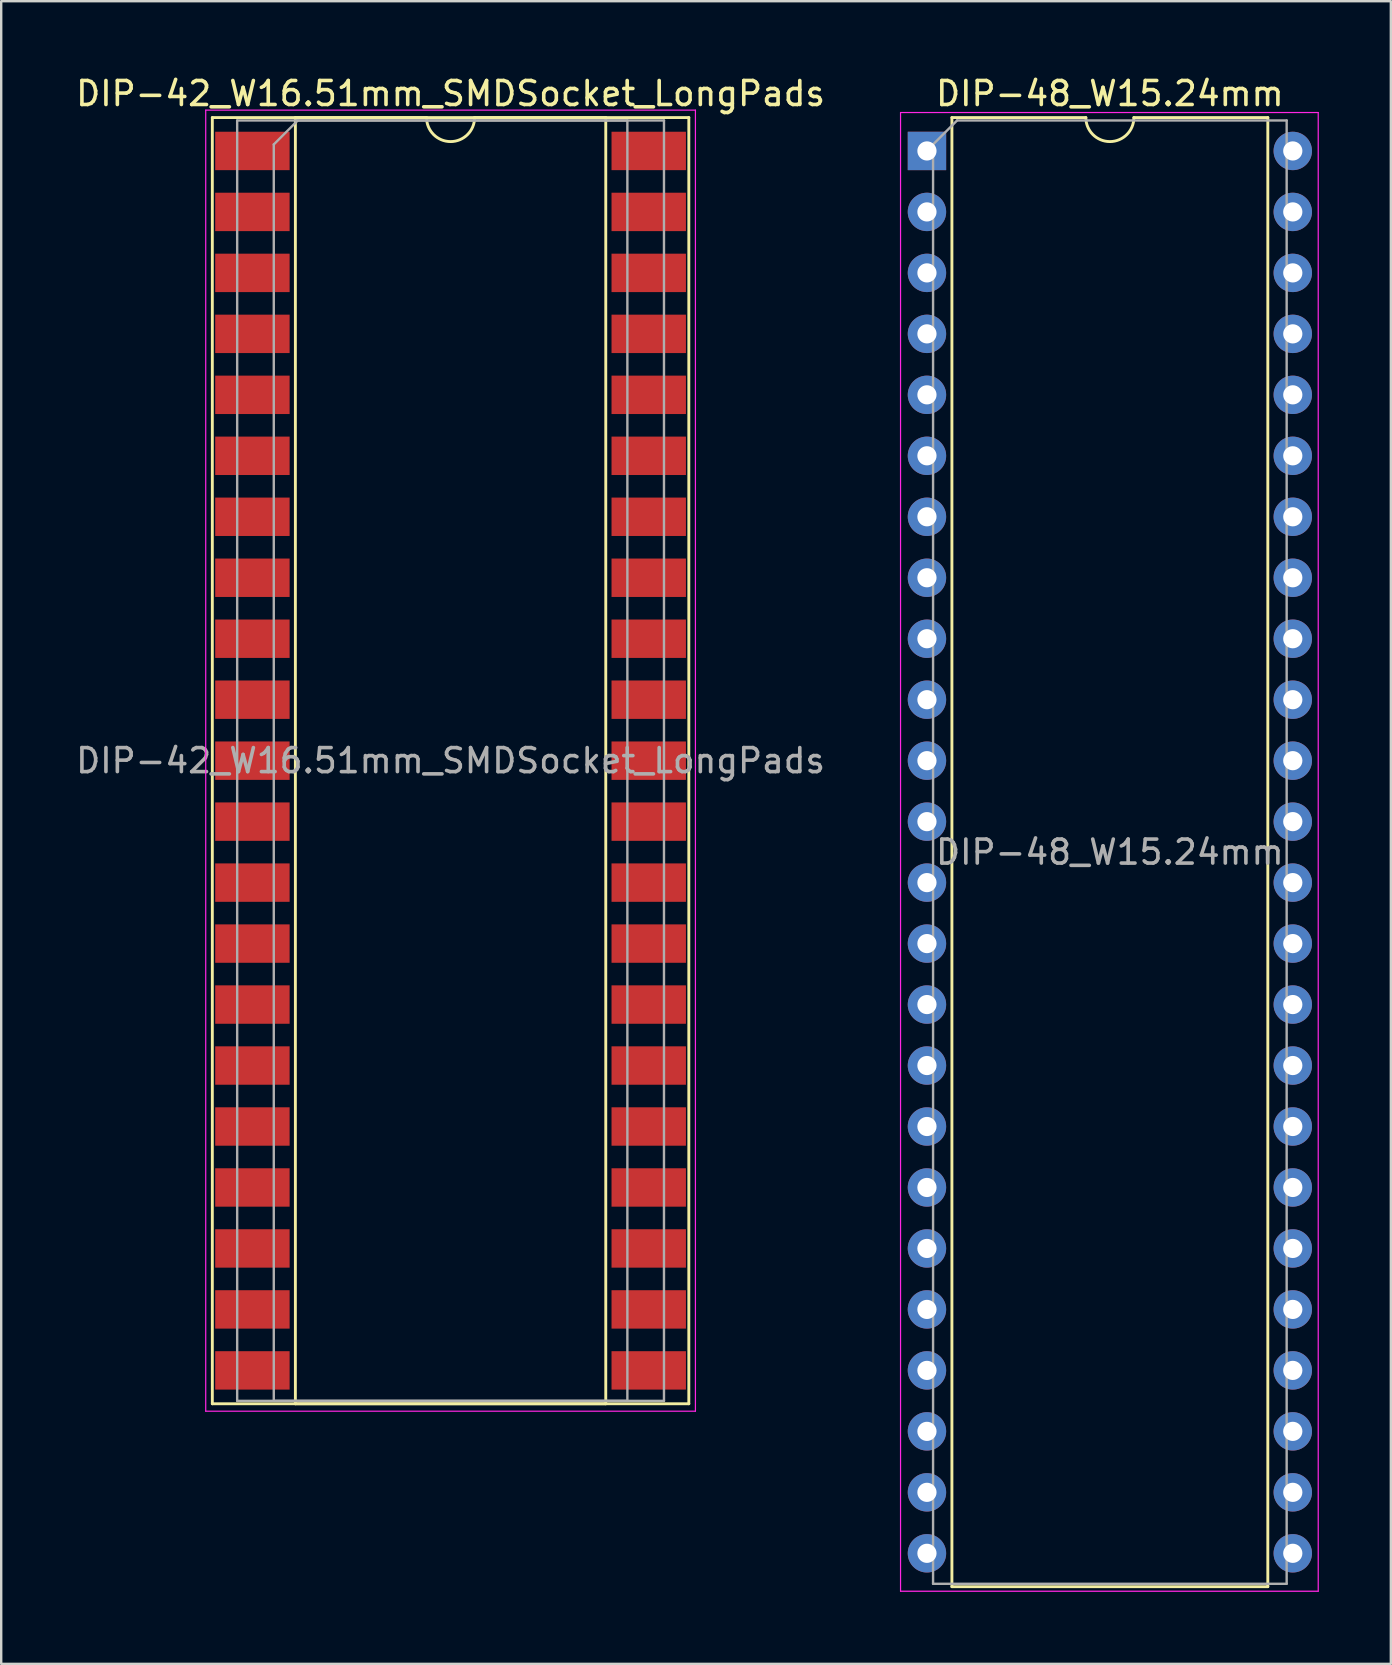
<source format=kicad_pcb>
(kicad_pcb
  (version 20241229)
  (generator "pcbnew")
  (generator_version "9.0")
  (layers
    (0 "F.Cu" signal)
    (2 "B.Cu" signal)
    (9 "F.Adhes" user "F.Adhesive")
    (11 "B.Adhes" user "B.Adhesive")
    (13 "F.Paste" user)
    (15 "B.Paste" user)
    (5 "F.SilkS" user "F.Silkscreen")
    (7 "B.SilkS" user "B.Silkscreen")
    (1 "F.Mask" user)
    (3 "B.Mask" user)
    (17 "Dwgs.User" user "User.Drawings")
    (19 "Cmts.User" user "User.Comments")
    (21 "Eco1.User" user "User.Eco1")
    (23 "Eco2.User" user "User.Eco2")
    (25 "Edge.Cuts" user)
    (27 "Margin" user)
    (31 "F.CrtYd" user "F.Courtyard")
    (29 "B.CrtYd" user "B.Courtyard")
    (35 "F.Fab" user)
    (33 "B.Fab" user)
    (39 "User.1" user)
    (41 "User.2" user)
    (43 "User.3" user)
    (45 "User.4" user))
  (footprint "DIP-48_W15.24mm"
    (layer "F.Cu")
    (at 35.565 3.238)
    (property "Reference" "DIP-48_W15.24mm" (at 7.62 -2.39 0) (layer "F.SilkS") (effects (font (size 1 1) (thickness 0.15))))
    (attr through_hole)
    (fp_line (start 1.04 -1.39) (end 1.04 59.81) (stroke (width 0.12) (type solid)) (layer "F.SilkS"))
    (fp_line (start 1.04 59.81) (end 14.2 59.81) (stroke (width 0.12) (type solid)) (layer "F.SilkS"))
    (fp_line (start 6.62 -1.39) (end 1.04 -1.39) (stroke (width 0.12) (type solid)) (layer "F.SilkS"))
    (fp_line (start 14.2 -1.39) (end 8.62 -1.39) (stroke (width 0.12) (type solid)) (layer "F.SilkS"))
    (fp_line (start 14.2 59.81) (end 14.2 -1.39) (stroke (width 0.12) (type solid)) (layer "F.SilkS"))
    (fp_arc (start 8.62 -1.39) (mid 7.62 -0.39) (end 6.62 -1.39) (stroke (width 0.12) (type solid)) (layer "F.SilkS"))
    (fp_line (start -1.1 -1.6) (end -1.1 60) (stroke (width 0.05) (type solid)) (layer "F.CrtYd"))
    (fp_line (start -1.1 60) (end 16.3 60) (stroke (width 0.05) (type solid)) (layer "F.CrtYd"))
    (fp_line (start 16.3 -1.6) (end -1.1 -1.6) (stroke (width 0.05) (type solid)) (layer "F.CrtYd"))
    (fp_line (start 16.3 60) (end 16.3 -1.6) (stroke (width 0.05) (type solid)) (layer "F.CrtYd"))
    (fp_line (start 0.255 -0.27) (end 1.255 -1.27) (stroke (width 0.1) (type solid)) (layer "F.Fab"))
    (fp_line (start 0.255 59.69) (end 0.255 -0.27) (stroke (width 0.1) (type solid)) (layer "F.Fab"))
    (fp_line (start 1.255 -1.27) (end 14.985 -1.27) (stroke (width 0.1) (type solid)) (layer "F.Fab"))
    (fp_line (start 14.985 -1.27) (end 14.985 59.69) (stroke (width 0.1) (type solid)) (layer "F.Fab"))
    (fp_line (start 14.985 59.69) (end 0.255 59.69) (stroke (width 0.1) (type solid)) (layer "F.Fab"))
    (fp_text user "${REFERENCE}" (at 7.62 29.21 0) (layer "F.Fab") (effects (font (size 1 1) (thickness 0.15))))
    (pad "1" thru_hole rect (at 0 0) (size 1.6 1.6) (drill 0.8) (layers "*.Cu" "*.Mask"))
    (pad "2" thru_hole oval (at 0 2.54) (size 1.6 1.6) (drill 0.8) (layers "*.Cu" "*.Mask"))
    (pad "3" thru_hole oval (at 0 5.08) (size 1.6 1.6) (drill 0.8) (layers "*.Cu" "*.Mask"))
    (pad "4" thru_hole oval (at 0 7.62) (size 1.6 1.6) (drill 0.8) (layers "*.Cu" "*.Mask"))
    (pad "5" thru_hole oval (at 0 10.16) (size 1.6 1.6) (drill 0.8) (layers "*.Cu" "*.Mask"))
    (pad "6" thru_hole oval (at 0 12.7) (size 1.6 1.6) (drill 0.8) (layers "*.Cu" "*.Mask"))
    (pad "7" thru_hole oval (at 0 15.24) (size 1.6 1.6) (drill 0.8) (layers "*.Cu" "*.Mask"))
    (pad "8" thru_hole oval (at 0 17.78) (size 1.6 1.6) (drill 0.8) (layers "*.Cu" "*.Mask"))
    (pad "9" thru_hole oval (at 0 20.32) (size 1.6 1.6) (drill 0.8) (layers "*.Cu" "*.Mask"))
    (pad "10" thru_hole oval (at 0 22.86) (size 1.6 1.6) (drill 0.8) (layers "*.Cu" "*.Mask"))
    (pad "11" thru_hole oval (at 0 25.4) (size 1.6 1.6) (drill 0.8) (layers "*.Cu" "*.Mask"))
    (pad "12" thru_hole oval (at 0 27.94) (size 1.6 1.6) (drill 0.8) (layers "*.Cu" "*.Mask"))
    (pad "13" thru_hole oval (at 0 30.48) (size 1.6 1.6) (drill 0.8) (layers "*.Cu" "*.Mask"))
    (pad "14" thru_hole oval (at 0 33.02) (size 1.6 1.6) (drill 0.8) (layers "*.Cu" "*.Mask"))
    (pad "15" thru_hole oval (at 0 35.56) (size 1.6 1.6) (drill 0.8) (layers "*.Cu" "*.Mask"))
    (pad "16" thru_hole oval (at 0 38.1) (size 1.6 1.6) (drill 0.8) (layers "*.Cu" "*.Mask"))
    (pad "17" thru_hole oval (at 0 40.64) (size 1.6 1.6) (drill 0.8) (layers "*.Cu" "*.Mask"))
    (pad "18" thru_hole oval (at 0 43.18) (size 1.6 1.6) (drill 0.8) (layers "*.Cu" "*.Mask"))
    (pad "19" thru_hole oval (at 0 45.72) (size 1.6 1.6) (drill 0.8) (layers "*.Cu" "*.Mask"))
    (pad "20" thru_hole oval (at 0 48.26) (size 1.6 1.6) (drill 0.8) (layers "*.Cu" "*.Mask"))
    (pad "21" thru_hole oval (at 0 50.8) (size 1.6 1.6) (drill 0.8) (layers "*.Cu" "*.Mask"))
    (pad "22" thru_hole oval (at 0 53.34) (size 1.6 1.6) (drill 0.8) (layers "*.Cu" "*.Mask"))
    (pad "23" thru_hole oval (at 0 55.88) (size 1.6 1.6) (drill 0.8) (layers "*.Cu" "*.Mask"))
    (pad "24" thru_hole oval (at 0 58.42) (size 1.6 1.6) (drill 0.8) (layers "*.Cu" "*.Mask"))
    (pad "25" thru_hole oval (at 15.24 58.42) (size 1.6 1.6) (drill 0.8) (layers "*.Cu" "*.Mask"))
    (pad "26" thru_hole oval (at 15.24 55.88) (size 1.6 1.6) (drill 0.8) (layers "*.Cu" "*.Mask"))
    (pad "27" thru_hole oval (at 15.24 53.34) (size 1.6 1.6) (drill 0.8) (layers "*.Cu" "*.Mask"))
    (pad "28" thru_hole oval (at 15.24 50.8) (size 1.6 1.6) (drill 0.8) (layers "*.Cu" "*.Mask"))
    (pad "29" thru_hole oval (at 15.24 48.26) (size 1.6 1.6) (drill 0.8) (layers "*.Cu" "*.Mask"))
    (pad "30" thru_hole oval (at 15.24 45.72) (size 1.6 1.6) (drill 0.8) (layers "*.Cu" "*.Mask"))
    (pad "31" thru_hole oval (at 15.24 43.18) (size 1.6 1.6) (drill 0.8) (layers "*.Cu" "*.Mask"))
    (pad "32" thru_hole oval (at 15.24 40.64) (size 1.6 1.6) (drill 0.8) (layers "*.Cu" "*.Mask"))
    (pad "33" thru_hole oval (at 15.24 38.1) (size 1.6 1.6) (drill 0.8) (layers "*.Cu" "*.Mask"))
    (pad "34" thru_hole oval (at 15.24 35.56) (size 1.6 1.6) (drill 0.8) (layers "*.Cu" "*.Mask"))
    (pad "35" thru_hole oval (at 15.24 33.02) (size 1.6 1.6) (drill 0.8) (layers "*.Cu" "*.Mask"))
    (pad "36" thru_hole oval (at 15.24 30.48) (size 1.6 1.6) (drill 0.8) (layers "*.Cu" "*.Mask"))
    (pad "37" thru_hole oval (at 15.24 27.94) (size 1.6 1.6) (drill 0.8) (layers "*.Cu" "*.Mask"))
    (pad "38" thru_hole oval (at 15.24 25.4) (size 1.6 1.6) (drill 0.8) (layers "*.Cu" "*.Mask"))
    (pad "39" thru_hole oval (at 15.24 22.86) (size 1.6 1.6) (drill 0.8) (layers "*.Cu" "*.Mask"))
    (pad "40" thru_hole oval (at 15.24 20.32) (size 1.6 1.6) (drill 0.8) (layers "*.Cu" "*.Mask"))
    (pad "41" thru_hole oval (at 15.24 17.78) (size 1.6 1.6) (drill 0.8) (layers "*.Cu" "*.Mask"))
    (pad "42" thru_hole oval (at 15.24 15.24) (size 1.6 1.6) (drill 0.8) (layers "*.Cu" "*.Mask"))
    (pad "43" thru_hole oval (at 15.24 12.7) (size 1.6 1.6) (drill 0.8) (layers "*.Cu" "*.Mask"))
    (pad "44" thru_hole oval (at 15.24 10.16) (size 1.6 1.6) (drill 0.8) (layers "*.Cu" "*.Mask"))
    (pad "45" thru_hole oval (at 15.24 7.62) (size 1.6 1.6) (drill 0.8) (layers "*.Cu" "*.Mask"))
    (pad "46" thru_hole oval (at 15.24 5.08) (size 1.6 1.6) (drill 0.8) (layers "*.Cu" "*.Mask"))
    (pad "47" thru_hole oval (at 15.24 2.54) (size 1.6 1.6) (drill 0.8) (layers "*.Cu" "*.Mask"))
    (pad "48" thru_hole oval (at 15.24 0) (size 1.6 1.6) (drill 0.8) (layers "*.Cu" "*.Mask")))
  (footprint "DIP-42_W16.51mm_SMDSocket_LongPads"
    (layer "F.Cu")
    (at 15.72 28.638)
    (property "Reference" "DIP-42_W16.51mm_SMDSocket_LongPads" (at 0 -27.79 0) (layer "F.SilkS") (effects (font (size 1 1) (thickness 0.15))))
    (attr smd)
    (fp_line (start -9.925 -26.79) (end -9.925 26.79) (stroke (width 0.12) (type solid)) (layer "F.SilkS"))
    (fp_line (start -9.925 26.79) (end 9.925 26.79) (stroke (width 0.12) (type solid)) (layer "F.SilkS"))
    (fp_line (start -6.465 -26.79) (end -6.465 26.79) (stroke (width 0.12) (type solid)) (layer "F.SilkS"))
    (fp_line (start -6.465 26.79) (end 6.465 26.79) (stroke (width 0.12) (type solid)) (layer "F.SilkS"))
    (fp_line (start -1 -26.79) (end -6.465 -26.79) (stroke (width 0.12) (type solid)) (layer "F.SilkS"))
    (fp_line (start 6.465 -26.79) (end 1 -26.79) (stroke (width 0.12) (type solid)) (layer "F.SilkS"))
    (fp_line (start 6.465 26.79) (end 6.465 -26.79) (stroke (width 0.12) (type solid)) (layer "F.SilkS"))
    (fp_line (start 9.925 -26.79) (end -9.925 -26.79) (stroke (width 0.12) (type solid)) (layer "F.SilkS"))
    (fp_line (start 9.925 26.79) (end 9.925 -26.79) (stroke (width 0.12) (type solid)) (layer "F.SilkS"))
    (fp_arc (start 1 -26.79) (mid 0 -25.79) (end -1 -26.79) (stroke (width 0.12) (type solid)) (layer "F.SilkS"))
    (fp_line (start -10.2 -27.1) (end -10.2 27.1) (stroke (width 0.05) (type solid)) (layer "F.CrtYd"))
    (fp_line (start -10.2 27.1) (end 10.2 27.1) (stroke (width 0.05) (type solid)) (layer "F.CrtYd"))
    (fp_line (start 10.2 -27.1) (end -10.2 -27.1) (stroke (width 0.05) (type solid)) (layer "F.CrtYd"))
    (fp_line (start 10.2 27.1) (end 10.2 -27.1) (stroke (width 0.05) (type solid)) (layer "F.CrtYd"))
    (fp_line (start -8.89 -26.67) (end -8.89 26.67) (stroke (width 0.1) (type solid)) (layer "F.Fab"))
    (fp_line (start -8.89 26.67) (end 8.89 26.67) (stroke (width 0.1) (type solid)) (layer "F.Fab"))
    (fp_line (start -7.365 -25.67) (end -6.365 -26.67) (stroke (width 0.1) (type solid)) (layer "F.Fab"))
    (fp_line (start -7.365 26.67) (end -7.365 -25.67) (stroke (width 0.1) (type solid)) (layer "F.Fab"))
    (fp_line (start -6.365 -26.67) (end 7.365 -26.67) (stroke (width 0.1) (type solid)) (layer "F.Fab"))
    (fp_line (start 7.365 -26.67) (end 7.365 26.67) (stroke (width 0.1) (type solid)) (layer "F.Fab"))
    (fp_line (start 7.365 26.67) (end -7.365 26.67) (stroke (width 0.1) (type solid)) (layer "F.Fab"))
    (fp_line (start 8.89 -26.67) (end -8.89 -26.67) (stroke (width 0.1) (type solid)) (layer "F.Fab"))
    (fp_line (start 8.89 26.67) (end 8.89 -26.67) (stroke (width 0.1) (type solid)) (layer "F.Fab"))
    (fp_text user "${REFERENCE}" (at 0 0 0) (layer "F.Fab") (effects (font (size 1 1) (thickness 0.15))))
    (pad "1" smd rect (at -8.255 -25.4) (size 3.1 1.6) (layers "F.Cu" "F.Mask" "F.Paste"))
    (pad "2" smd rect (at -8.255 -22.86) (size 3.1 1.6) (layers "F.Cu" "F.Mask" "F.Paste"))
    (pad "3" smd rect (at -8.255 -20.32) (size 3.1 1.6) (layers "F.Cu" "F.Mask" "F.Paste"))
    (pad "4" smd rect (at -8.255 -17.78) (size 3.1 1.6) (layers "F.Cu" "F.Mask" "F.Paste"))
    (pad "5" smd rect (at -8.255 -15.24) (size 3.1 1.6) (layers "F.Cu" "F.Mask" "F.Paste"))
    (pad "6" smd rect (at -8.255 -12.7) (size 3.1 1.6) (layers "F.Cu" "F.Mask" "F.Paste"))
    (pad "7" smd rect (at -8.255 -10.16) (size 3.1 1.6) (layers "F.Cu" "F.Mask" "F.Paste"))
    (pad "8" smd rect (at -8.255 -7.62) (size 3.1 1.6) (layers "F.Cu" "F.Mask" "F.Paste"))
    (pad "9" smd rect (at -8.255 -5.08) (size 3.1 1.6) (layers "F.Cu" "F.Mask" "F.Paste"))
    (pad "10" smd rect (at -8.255 -2.54) (size 3.1 1.6) (layers "F.Cu" "F.Mask" "F.Paste"))
    (pad "11" smd rect (at -8.255 0) (size 3.1 1.6) (layers "F.Cu" "F.Mask" "F.Paste"))
    (pad "12" smd rect (at -8.255 2.54) (size 3.1 1.6) (layers "F.Cu" "F.Mask" "F.Paste"))
    (pad "13" smd rect (at -8.255 5.08) (size 3.1 1.6) (layers "F.Cu" "F.Mask" "F.Paste"))
    (pad "14" smd rect (at -8.255 7.62) (size 3.1 1.6) (layers "F.Cu" "F.Mask" "F.Paste"))
    (pad "15" smd rect (at -8.255 10.16) (size 3.1 1.6) (layers "F.Cu" "F.Mask" "F.Paste"))
    (pad "16" smd rect (at -8.255 12.7) (size 3.1 1.6) (layers "F.Cu" "F.Mask" "F.Paste"))
    (pad "17" smd rect (at -8.255 15.24) (size 3.1 1.6) (layers "F.Cu" "F.Mask" "F.Paste"))
    (pad "18" smd rect (at -8.255 17.78) (size 3.1 1.6) (layers "F.Cu" "F.Mask" "F.Paste"))
    (pad "19" smd rect (at -8.255 20.32) (size 3.1 1.6) (layers "F.Cu" "F.Mask" "F.Paste"))
    (pad "20" smd rect (at -8.255 22.86) (size 3.1 1.6) (layers "F.Cu" "F.Mask" "F.Paste"))
    (pad "21" smd rect (at -8.255 25.4) (size 3.1 1.6) (layers "F.Cu" "F.Mask" "F.Paste"))
    (pad "22" smd rect (at 8.255 25.4) (size 3.1 1.6) (layers "F.Cu" "F.Mask" "F.Paste"))
    (pad "23" smd rect (at 8.255 22.86) (size 3.1 1.6) (layers "F.Cu" "F.Mask" "F.Paste"))
    (pad "24" smd rect (at 8.255 20.32) (size 3.1 1.6) (layers "F.Cu" "F.Mask" "F.Paste"))
    (pad "25" smd rect (at 8.255 17.78) (size 3.1 1.6) (layers "F.Cu" "F.Mask" "F.Paste"))
    (pad "26" smd rect (at 8.255 15.24) (size 3.1 1.6) (layers "F.Cu" "F.Mask" "F.Paste"))
    (pad "27" smd rect (at 8.255 12.7) (size 3.1 1.6) (layers "F.Cu" "F.Mask" "F.Paste"))
    (pad "28" smd rect (at 8.255 10.16) (size 3.1 1.6) (layers "F.Cu" "F.Mask" "F.Paste"))
    (pad "29" smd rect (at 8.255 7.62) (size 3.1 1.6) (layers "F.Cu" "F.Mask" "F.Paste"))
    (pad "30" smd rect (at 8.255 5.08) (size 3.1 1.6) (layers "F.Cu" "F.Mask" "F.Paste"))
    (pad "31" smd rect (at 8.255 2.54) (size 3.1 1.6) (layers "F.Cu" "F.Mask" "F.Paste"))
    (pad "32" smd rect (at 8.255 0) (size 3.1 1.6) (layers "F.Cu" "F.Mask" "F.Paste"))
    (pad "33" smd rect (at 8.255 -2.54) (size 3.1 1.6) (layers "F.Cu" "F.Mask" "F.Paste"))
    (pad "34" smd rect (at 8.255 -5.08) (size 3.1 1.6) (layers "F.Cu" "F.Mask" "F.Paste"))
    (pad "35" smd rect (at 8.255 -7.62) (size 3.1 1.6) (layers "F.Cu" "F.Mask" "F.Paste"))
    (pad "36" smd rect (at 8.255 -10.16) (size 3.1 1.6) (layers "F.Cu" "F.Mask" "F.Paste"))
    (pad "37" smd rect (at 8.255 -12.7) (size 3.1 1.6) (layers "F.Cu" "F.Mask" "F.Paste"))
    (pad "38" smd rect (at 8.255 -15.24) (size 3.1 1.6) (layers "F.Cu" "F.Mask" "F.Paste"))
    (pad "39" smd rect (at 8.255 -17.78) (size 3.1 1.6) (layers "F.Cu" "F.Mask" "F.Paste"))
    (pad "40" smd rect (at 8.255 -20.32) (size 3.1 1.6) (layers "F.Cu" "F.Mask" "F.Paste"))
    (pad "41" smd rect (at 8.255 -22.86) (size 3.1 1.6) (layers "F.Cu" "F.Mask" "F.Paste"))
    (pad "42" smd rect (at 8.255 -25.4) (size 3.1 1.6) (layers "F.Cu" "F.Mask" "F.Paste")))
  (gr_rect
    (start -3 -3)
    (end 54.89 66.263)
    (stroke (width 0.1) (type default))
    (fill no)
    (layer "Edge.Cuts")))
</source>
